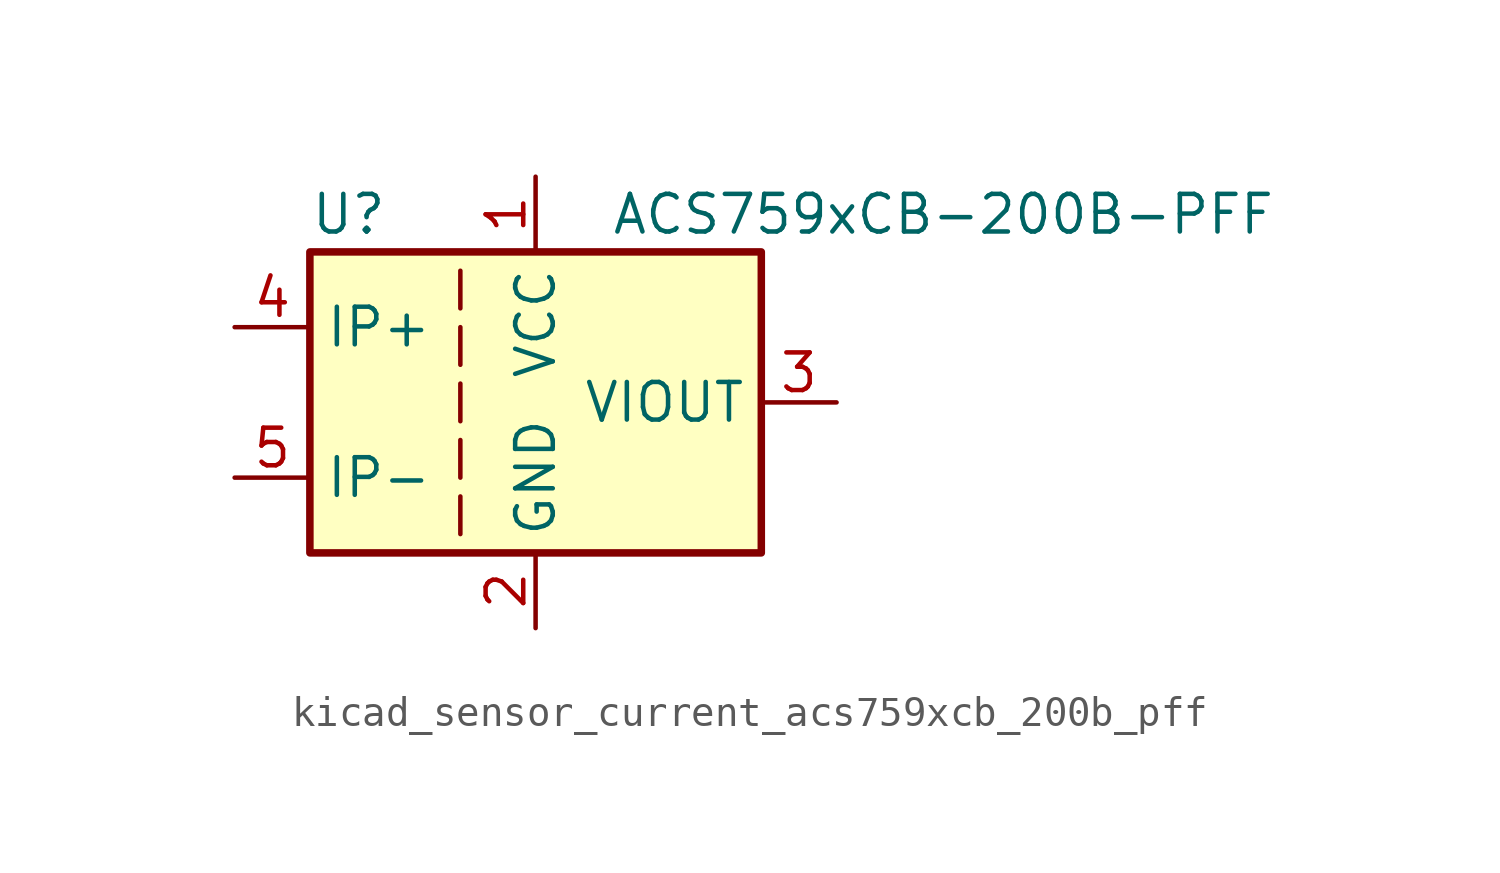
<source format=kicad_sym>
(kicad_symbol_lib
  (version 20220914)
  (generator kicad_symbol_editor)
  (symbol "kicad_sensor_current_acs759xcb_200b_pff"
    (property "Reference" "U"
      (at -7.62 6.35 0)
      (effects (font (size 1.27 1.27)) (justify left)))
    (property "Value" "ACS759xCB-200B-PFF"
      (at 2.54 6.35 0)
      (effects (font (size 1.27 1.27)) (justify left)))
    (symbol "kicad_sensor_current_acs759xcb_200b_pff_0_1"
      (rectangle (start -7.62 5.08) (end 7.62 -5.08) (stroke (width 0.254) (type default)) (fill (type background)))
      (polyline (pts (xy -2.54 -3.175) (xy -2.54 -4.445)) (stroke (width 0) (type default)) (fill (type none)))
      (polyline (pts (xy -2.54 -1.27) (xy -2.54 -2.54)) (stroke (width 0) (type default)) (fill (type none)))
      (polyline (pts (xy -2.54 0.635) (xy -2.54 -0.635)) (stroke (width 0) (type default)) (fill (type none)))
      (polyline (pts (xy -2.54 1.27) (xy -2.54 2.54)) (stroke (width 0) (type default)) (fill (type none)))
      (polyline (pts (xy -2.54 3.175) (xy -2.54 4.445)) (stroke (width 0) (type default)) (fill (type none))))
    (symbol "kicad_sensor_current_acs759xcb_200b_pff_1_1"
      (pin power_in line (at 0 7.62 270) (length 2.54) (name "VCC" (effects (font (size 1.27 1.27)))) (number "1" (effects (font (size 1.27 1.27)))))
      (pin power_in line (at 0 -7.62 90) (length 2.54) (name "GND" (effects (font (size 1.27 1.27)))) (number "2" (effects (font (size 1.27 1.27)))))
      (pin output line (at 10.16 0 180) (length 2.54) (name "VIOUT" (effects (font (size 1.27 1.27)))) (number "3" (effects (font (size 1.27 1.27)))))
      (pin passive line (at -10.16 2.54 0) (length 2.54) (name "IP+" (effects (font (size 1.27 1.27)))) (number "4" (effects (font (size 1.27 1.27)))))
      (pin passive line (at -10.16 -2.54 0) (length 2.54) (name "IP-" (effects (font (size 1.27 1.27)))) (number "5" (effects (font (size 1.27 1.27))))))))
</source>
